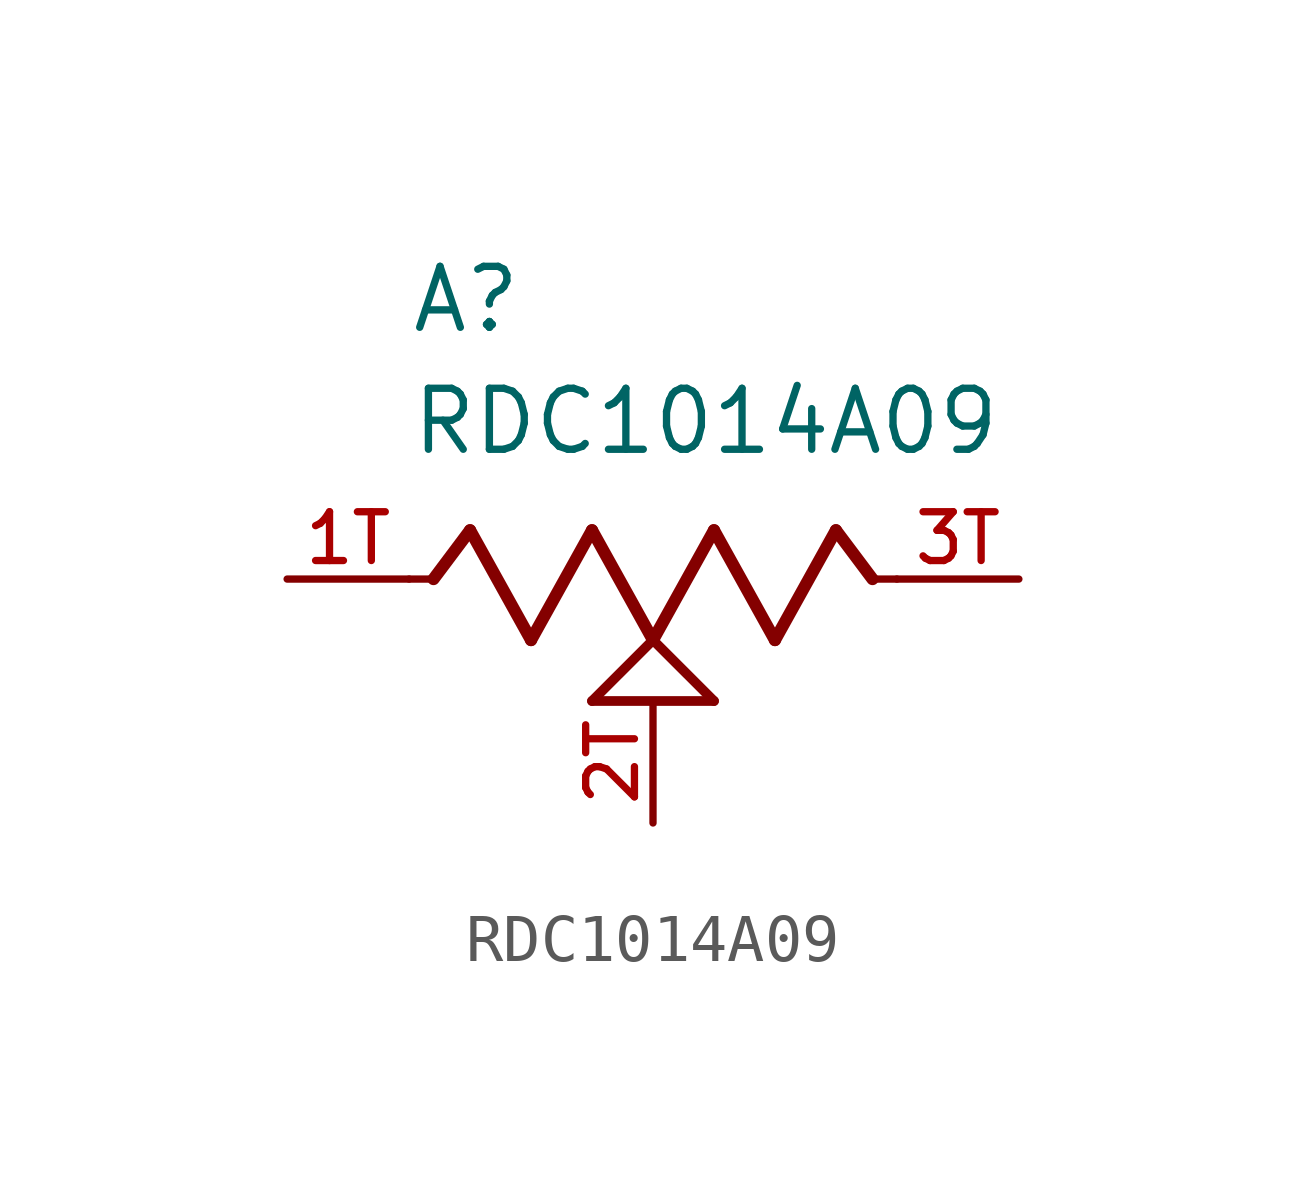
<source format=kicad_sym>
(kicad_symbol_lib
  (version 20211014)
  (generator kicad_symbol_editor)
  (symbol "RDC1014A09"
    (pin_names
      (offset 1.016))
    (property "Reference" "A"
      (at -5.08 5.08 0)
      (effects (font (size 1.27 1.27)) (justify bottom left)))
    (property "Value" "RDC1014A09"
      (at -5.08 2.54 0)
      (effects (font (size 1.27 1.27)) (justify bottom left)))
    (symbol "RDC1014A09_0_0"
      (polyline (pts (xy -5.08 0.0) (xy -4.572 0.0)) (stroke (width 0.152)))
      (polyline (pts (xy -4.572 0.0) (xy -3.81 1.016)) (stroke (width 0.254)))
      (polyline (pts (xy -3.81 1.016) (xy -2.54 -1.27)) (stroke (width 0.254)))
      (polyline (pts (xy -2.54 -1.27) (xy -1.27 1.016)) (stroke (width 0.254)))
      (polyline (pts (xy -1.27 1.016) (xy 0.0 -1.27)) (stroke (width 0.254)))
      (polyline (pts (xy 0.0 -1.27) (xy 1.27 1.016)) (stroke (width 0.254)))
      (polyline (pts (xy 1.27 1.016) (xy 2.54 -1.27)) (stroke (width 0.254)))
      (polyline (pts (xy 2.54 -1.27) (xy 3.81 1.016)) (stroke (width 0.254)))
      (polyline (pts (xy 3.81 1.016) (xy 4.572 0.0)) (stroke (width 0.254)))
      (polyline (pts (xy 4.572 0.0) (xy 5.08 0.0)) (stroke (width 0.152)))
      (polyline (pts (xy 0.0 -1.27) (xy 1.27 -2.54)) (stroke (width 0.203)))
      (polyline (pts (xy -1.27 -2.54) (xy 0.0 -1.27)) (stroke (width 0.203)))
      (polyline (pts (xy 1.27 -2.54) (xy -1.27 -2.54)) (stroke (width 0.203)))
      (pin passive line (at -7.62 0.0 0) (length 2.54) (name "~" (effects (font (size 1.016 1.016)))) (number "1T" (effects (font (size 1.016 1.016)))))
      (pin passive line (at 7.62 0.0 180.0) (length 2.54) (name "~" (effects (font (size 1.016 1.016)))) (number "3T" (effects (font (size 1.016 1.016)))))
      (pin passive line (at 0.0 -5.08 90.0) (length 2.54) (name "~" (effects (font (size 1.016 1.016)))) (number "2T" (effects (font (size 1.016 1.016))))))))
</source>
